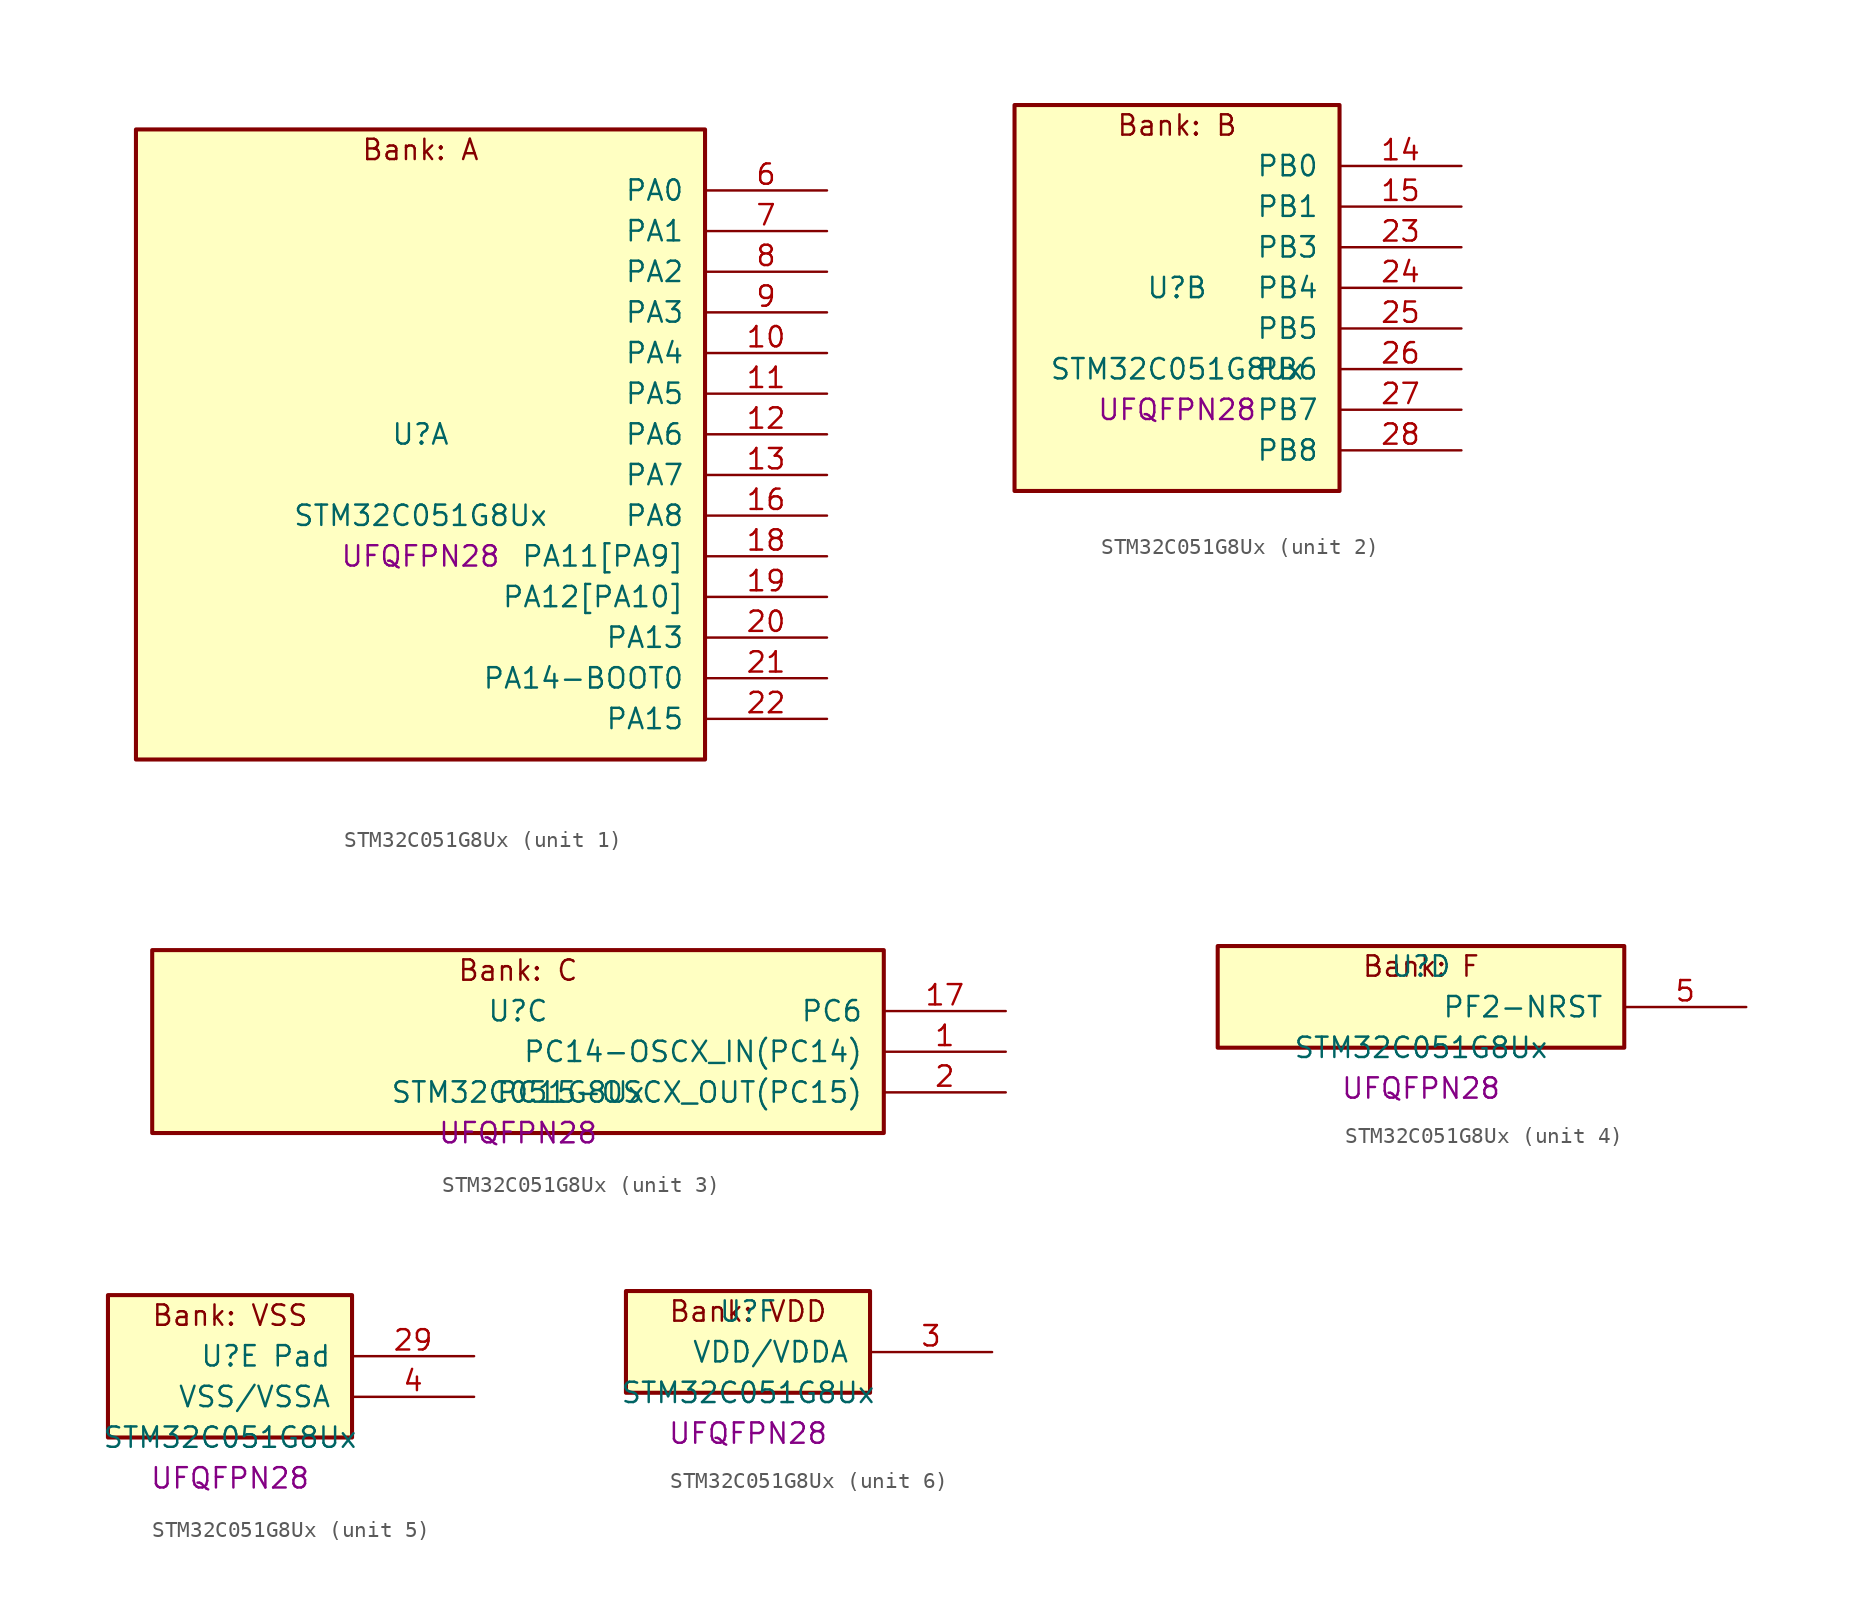
<source format=kicad_sym>
(kicad_symbol_lib
  (version 20241209)
  (generator "stm32_pkl_generator")
  (generator_version "1.0")
  (symbol "STM32C051G8Ux"
    (pin_names
      (offset 1.27))
    (property "Reference" "U"
      (at 0 2.54 0))
    (property "Value" "STM32C051G8Ux"
      (at 0 -2.54 0))
    (property "Footprint" "UFQFPN28"
      (at 0 -5.08 0))
    (symbol "STM32C051G8Ux_1_1"
      (rectangle (start -17.78 21.59) (end 17.78 -17.78) (stroke (width 0.254) (type solid)) (fill (type background)))
      (text "Bank: A" (at 0 20.32 0))
      (pin bidirectional line (at 25.4 17.78 180) (length 7.62) (name "PA0") (number "6") (alternate "PA0/ADC1_IN0" bidirectional line) (alternate "PA0/PWR_WKUP1" bidirectional line) (alternate "PA0/SPI2_SCK" bidirectional line) (alternate "PA0/TIM16_CH1" bidirectional line) (alternate "PA0/TIM1_CH1" bidirectional line) (alternate "PA0/TIM2_CH1" bidirectional line) (alternate "PA0/TIM2_ETR" bidirectional line) (alternate "PA0/USART1_TX" bidirectional line) (alternate "PA0/USART2_CTS" bidirectional line) (alternate "PA0/USART2_NSS" bidirectional line))
      (pin bidirectional line (at 25.4 15.24 180) (length 7.62) (name "PA1") (number "7") (alternate "PA1/ADC1_IN1" bidirectional line) (alternate "PA1/I2C1_SMBA" bidirectional line) (alternate "PA1/I2S1_CK" bidirectional line) (alternate "PA1/SPI1_SCK" bidirectional line) (alternate "PA1/TIM17_CH1" bidirectional line) (alternate "PA1/TIM1_CH2" bidirectional line) (alternate "PA1/TIM2_CH2" bidirectional line) (alternate "PA1/USART1_RX" bidirectional line) (alternate "PA1/USART2_CK" bidirectional line) (alternate "PA1/USART2_DE" bidirectional line) (alternate "PA1/USART2_RTS" bidirectional line))
      (pin bidirectional line (at 25.4 12.7 180) (length 7.62) (name "PA2") (number "8") (alternate "PA2/ADC1_IN2" bidirectional line) (alternate "PA2/I2S1_SD" bidirectional line) (alternate "PA2/PWR_WKUP4" bidirectional line) (alternate "PA2/RCC_LSCO" bidirectional line) (alternate "PA2/SPI1_MOSI" bidirectional line) (alternate "PA2/TIM16_CH1N" bidirectional line) (alternate "PA2/TIM1_CH3" bidirectional line) (alternate "PA2/TIM2_CH3" bidirectional line) (alternate "PA2/TIM3_ETR" bidirectional line) (alternate "PA2/USART2_TX" bidirectional line))
      (pin bidirectional line (at 25.4 10.16 180) (length 7.62) (name "PA3") (number "9") (alternate "PA3/ADC1_IN3" bidirectional line) (alternate "PA3/SPI2_MISO" bidirectional line) (alternate "PA3/TIM1_CH1N" bidirectional line) (alternate "PA3/TIM1_CH4" bidirectional line) (alternate "PA3/TIM2_CH4" bidirectional line) (alternate "PA3/USART2_RX" bidirectional line))
      (pin bidirectional line (at 25.4 7.62 180) (length 7.62) (name "PA4") (number "10") (alternate "PA4/ADC1_IN4" bidirectional line) (alternate "PA4/I2S1_WS" bidirectional line) (alternate "PA4/PWR_WKUP2" bidirectional line) (alternate "PA4/RTC_OUT1" bidirectional line) (alternate "PA4/RTC_TS" bidirectional line) (alternate "PA4/SPI1_NSS" bidirectional line) (alternate "PA4/SPI2_MOSI" bidirectional line) (alternate "PA4/TIM14_CH1" bidirectional line) (alternate "PA4/TIM17_CH1N" bidirectional line) (alternate "PA4/TIM1_CH2N" bidirectional line) (alternate "PA4/USART2_TX" bidirectional line))
      (pin bidirectional line (at 25.4 5.08 180) (length 7.62) (name "PA5") (number "11") (alternate "PA5/ADC1_IN5" bidirectional line) (alternate "PA5/I2S1_CK" bidirectional line) (alternate "PA5/SPI1_SCK" bidirectional line) (alternate "PA5/TIM1_CH1" bidirectional line) (alternate "PA5/TIM1_CH3N" bidirectional line) (alternate "PA5/TIM2_CH1" bidirectional line) (alternate "PA5/TIM2_ETR" bidirectional line) (alternate "PA5/USART2_RX" bidirectional line))
      (pin bidirectional line (at 25.4 2.54 180) (length 7.62) (name "PA6") (number "12") (alternate "PA6/ADC1_IN6" bidirectional line) (alternate "PA6/I2C2_SDA" bidirectional line) (alternate "PA6/I2S1_MCK" bidirectional line) (alternate "PA6/SPI1_MISO" bidirectional line) (alternate "PA6/TIM16_CH1" bidirectional line) (alternate "PA6/TIM1_BKIN" bidirectional line) (alternate "PA6/TIM3_CH1" bidirectional line) (alternate "PA6/USART1_TX" bidirectional line))
      (pin bidirectional line (at 25.4 0 180) (length 7.62) (name "PA7") (number "13") (alternate "PA7/ADC1_IN7" bidirectional line) (alternate "PA7/I2C2_SCL" bidirectional line) (alternate "PA7/I2S1_SD" bidirectional line) (alternate "PA7/SPI1_MOSI" bidirectional line) (alternate "PA7/TIM14_CH1" bidirectional line) (alternate "PA7/TIM17_CH1" bidirectional line) (alternate "PA7/TIM1_CH1N" bidirectional line) (alternate "PA7/TIM3_CH2" bidirectional line) (alternate "PA7/USART1_RX" bidirectional line))
      (pin bidirectional line (at 25.4 -2.54 180) (length 7.62) (name "PA8") (number "16") (alternate "PA8/ADC1_IN8" bidirectional line) (alternate "PA8/I2S1_WS" bidirectional line) (alternate "PA8/RCC_MCO" bidirectional line) (alternate "PA8/RCC_MCO_2" bidirectional line) (alternate "PA8/SPI1_NSS" bidirectional line) (alternate "PA8/SPI2_MISO" bidirectional line) (alternate "PA8/SPI2_NSS" bidirectional line) (alternate "PA8/TIM14_CH1" bidirectional line) (alternate "PA8/TIM1_CH1" bidirectional line) (alternate "PA8/TIM1_CH2N" bidirectional line) (alternate "PA8/TIM1_CH3N" bidirectional line) (alternate "PA8/TIM3_CH3" bidirectional line) (alternate "PA8/TIM3_CH4" bidirectional line) (alternate "PA8/USART1_RX" bidirectional line) (alternate "PA8/USART2_TX" bidirectional line))
      (pin bidirectional line (at 25.4 -5.08 180) (length 7.62) (name "PA11[PA9]") (number "18") (alternate "PA11[PA9]/ADC1_EXTI11" bidirectional line) (alternate "PA11[PA9]/ADC1_IN11" bidirectional line) (alternate "PA11[PA9]/I2C2_SCL" bidirectional line) (alternate "PA11[PA9]/I2S1_MCK" bidirectional line) (alternate "PA11[PA9]/SPI1_MISO" bidirectional line) (alternate "PA11[PA9]/TIM1_BKIN2" bidirectional line) (alternate "PA11[PA9]/TIM1_CH4" bidirectional line) (alternate "PA11[PA9]/USART1_CTS" bidirectional line) (alternate "PA11[PA9]/USART1_NSS" bidirectional line) (alternate "PA11[PA9]/PA9[PA11]" bidirectional line) (alternate "PA11[PA9]/I2C1_SCL" bidirectional line) (alternate "PA11[PA9]/RCC_MCO" bidirectional line) (alternate "PA11[PA9]/SPI2_MISO" bidirectional line) (alternate "PA11[PA9]/TIM1_CH2" bidirectional line) (alternate "PA11[PA9]/TIM3_ETR" bidirectional line) (alternate "PA11[PA9]/USART1_TX" bidirectional line))
      (pin bidirectional line (at 25.4 -7.62 180) (length 7.62) (name "PA12[PA10]") (number "19") (alternate "PA12[PA10]/ADC1_IN12" bidirectional line) (alternate "PA12[PA10]/I2C2_SDA" bidirectional line) (alternate "PA12[PA10]/I2S1_SD" bidirectional line) (alternate "PA12[PA10]/I2S_CKIN" bidirectional line) (alternate "PA12[PA10]/SPI1_MOSI" bidirectional line) (alternate "PA12[PA10]/TIM1_ETR" bidirectional line) (alternate "PA12[PA10]/USART1_CK" bidirectional line) (alternate "PA12[PA10]/USART1_DE" bidirectional line) (alternate "PA12[PA10]/USART1_RTS" bidirectional line) (alternate "PA12[PA10]/PA10[PA12]" bidirectional line) (alternate "PA12[PA10]/I2C1_SDA" bidirectional line) (alternate "PA12[PA10]/RCC_MCO_2" bidirectional line) (alternate "PA12[PA10]/SPI2_MOSI" bidirectional line) (alternate "PA12[PA10]/TIM17_BKIN" bidirectional line) (alternate "PA12[PA10]/TIM1_CH3" bidirectional line) (alternate "PA12[PA10]/USART1_RX" bidirectional line))
      (pin bidirectional line (at 25.4 -10.16 180) (length 7.62) (name "PA13") (number "20") (alternate "PA13/ADC1_IN13" bidirectional line) (alternate "PA13/DEBUG_SWDIO" bidirectional line) (alternate "PA13/IR_OUT" bidirectional line) (alternate "PA13/TIM3_ETR" bidirectional line) (alternate "PA13/USART2_RX" bidirectional line))
      (pin bidirectional line (at 25.4 -12.7 180) (length 7.62) (name "PA14-BOOT0") (number "21") (alternate "PA14-BOOT0/ADC1_IN14" bidirectional line) (alternate "PA14-BOOT0/BOOT0" bidirectional line) (alternate "PA14-BOOT0/DEBUG_SWCLK" bidirectional line) (alternate "PA14-BOOT0/I2S1_WS" bidirectional line) (alternate "PA14-BOOT0/RCC_MCO_2" bidirectional line) (alternate "PA14-BOOT0/SPI1_NSS" bidirectional line) (alternate "PA14-BOOT0/TIM1_CH1" bidirectional line) (alternate "PA14-BOOT0/USART1_CK" bidirectional line) (alternate "PA14-BOOT0/USART1_DE" bidirectional line) (alternate "PA14-BOOT0/USART1_RTS" bidirectional line) (alternate "PA14-BOOT0/USART2_RX" bidirectional line) (alternate "PA14-BOOT0/USART2_TX" bidirectional line))
      (pin bidirectional line (at 25.4 -15.24 180) (length 7.62) (name "PA15") (number "22") (alternate "PA15/I2S1_WS" bidirectional line) (alternate "PA15/RCC_MCO_2" bidirectional line) (alternate "PA15/SPI1_NSS" bidirectional line) (alternate "PA15/TIM1_CH1" bidirectional line) (alternate "PA15/TIM2_CH1" bidirectional line) (alternate "PA15/TIM2_ETR" bidirectional line) (alternate "PA15/USART1_CK" bidirectional line) (alternate "PA15/USART1_DE" bidirectional line) (alternate "PA15/USART1_RTS" bidirectional line) (alternate "PA15/USART2_RX" bidirectional line)))
    (symbol "STM32C051G8Ux_2_1"
      (rectangle (start -10.16 13.97) (end 10.16 -10.16) (stroke (width 0.254) (type solid)) (fill (type background)))
      (text "Bank: B" (at 0 12.7 0))
      (pin bidirectional line (at 17.78 10.16 180) (length 7.62) (name "PB0") (number "14") (alternate "PB0/ADC1_IN17" bidirectional line) (alternate "PB0/I2S1_WS" bidirectional line) (alternate "PB0/SPI1_NSS" bidirectional line) (alternate "PB0/TIM1_CH2N" bidirectional line) (alternate "PB0/TIM3_CH3" bidirectional line))
      (pin bidirectional line (at 17.78 7.62 180) (length 7.62) (name "PB1") (number "15") (alternate "PB1/ADC1_IN18" bidirectional line) (alternate "PB1/TIM14_CH1" bidirectional line) (alternate "PB1/TIM1_CH2N" bidirectional line) (alternate "PB1/TIM1_CH3N" bidirectional line) (alternate "PB1/TIM3_CH4" bidirectional line))
      (pin bidirectional line (at 17.78 5.08 180) (length 7.62) (name "PB3") (number "23") (alternate "PB3/I2C2_SCL" bidirectional line) (alternate "PB3/I2S1_CK" bidirectional line) (alternate "PB3/SPI1_SCK" bidirectional line) (alternate "PB3/TIM1_CH2" bidirectional line) (alternate "PB3/TIM2_CH2" bidirectional line) (alternate "PB3/TIM3_CH2" bidirectional line) (alternate "PB3/USART1_CK" bidirectional line) (alternate "PB3/USART1_DE" bidirectional line) (alternate "PB3/USART1_RTS" bidirectional line))
      (pin bidirectional line (at 17.78 2.54 180) (length 7.62) (name "PB4") (number "24") (alternate "PB4/I2C2_SDA" bidirectional line) (alternate "PB4/I2S1_MCK" bidirectional line) (alternate "PB4/SPI1_MISO" bidirectional line) (alternate "PB4/TIM17_BKIN" bidirectional line) (alternate "PB4/TIM3_CH1" bidirectional line) (alternate "PB4/USART1_CTS" bidirectional line) (alternate "PB4/USART1_NSS" bidirectional line))
      (pin bidirectional line (at 17.78 0 180) (length 7.62) (name "PB5") (number "25") (alternate "PB5/I2C1_SMBA" bidirectional line) (alternate "PB5/I2S1_SD" bidirectional line) (alternate "PB5/PWR_WKUP6" bidirectional line) (alternate "PB5/SPI1_MOSI" bidirectional line) (alternate "PB5/TIM16_BKIN" bidirectional line) (alternate "PB5/TIM3_CH2" bidirectional line) (alternate "PB5/TIM3_CH3" bidirectional line))
      (pin bidirectional line (at 17.78 -2.54 180) (length 7.62) (name "PB6") (number "26") (alternate "PB6/I2C1_SCL" bidirectional line) (alternate "PB6/I2C1_SMBA" bidirectional line) (alternate "PB6/I2S1_CK" bidirectional line) (alternate "PB6/I2S1_MCK" bidirectional line) (alternate "PB6/I2S1_SD" bidirectional line) (alternate "PB6/PWR_WKUP3" bidirectional line) (alternate "PB6/SPI1_MISO" bidirectional line) (alternate "PB6/SPI1_MOSI" bidirectional line) (alternate "PB6/SPI1_SCK" bidirectional line) (alternate "PB6/SPI2_MISO" bidirectional line) (alternate "PB6/TIM16_BKIN" bidirectional line) (alternate "PB6/TIM16_CH1N" bidirectional line) (alternate "PB6/TIM17_BKIN" bidirectional line) (alternate "PB6/TIM1_CH2" bidirectional line) (alternate "PB6/TIM1_CH3" bidirectional line) (alternate "PB6/TIM3_CH1" bidirectional line) (alternate "PB6/TIM3_CH2" bidirectional line) (alternate "PB6/TIM3_CH3" bidirectional line) (alternate "PB6/USART1_CTS" bidirectional line) (alternate "PB6/USART1_NSS" bidirectional line) (alternate "PB6/USART1_TX" bidirectional line))
      (pin bidirectional line (at 17.78 -5.08 180) (length 7.62) (name "PB7") (number "27") (alternate "PB7/I2C1_SCL" bidirectional line) (alternate "PB7/I2C1_SDA" bidirectional line) (alternate "PB7/RTC_REFIN" bidirectional line) (alternate "PB7/SPI2_MOSI" bidirectional line) (alternate "PB7/TIM16_CH1" bidirectional line) (alternate "PB7/TIM17_CH1N" bidirectional line) (alternate "PB7/TIM1_CH1" bidirectional line) (alternate "PB7/TIM1_CH4" bidirectional line) (alternate "PB7/TIM3_CH1" bidirectional line) (alternate "PB7/TIM3_CH4" bidirectional line) (alternate "PB7/USART1_RX" bidirectional line) (alternate "PB7/USART2_CTS" bidirectional line) (alternate "PB7/USART2_NSS" bidirectional line))
      (pin bidirectional line (at 17.78 -7.62 180) (length 7.62) (name "PB8") (number "28") (alternate "PB8/I2C1_SCL" bidirectional line) (alternate "PB8/SPI2_SCK" bidirectional line) (alternate "PB8/TIM16_CH1" bidirectional line) (alternate "PB8/TIM3_CH1" bidirectional line) (alternate "PB8/USART2_CTS" bidirectional line) (alternate "PB8/USART2_NSS" bidirectional line)))
    (symbol "STM32C051G8Ux_3_1"
      (rectangle (start -22.86 6.35) (end 22.86 -5.08) (stroke (width 0.254) (type solid)) (fill (type background)))
      (text "Bank: C" (at 0 5.08 0))
      (pin bidirectional line (at 30.48 2.54 180) (length 7.62) (name "PC6") (number "17") (alternate "PC6/TIM2_CH3" bidirectional line) (alternate "PC6/TIM3_CH1" bidirectional line))
      (pin bidirectional line (at 30.48 0 180) (length 7.62) (name "PC14-OSCX_IN(PC14)") (number "1") (alternate "PC14-OSCX_IN(PC14)/I2C1_SDA" bidirectional line) (alternate "PC14-OSCX_IN(PC14)/IR_OUT" bidirectional line) (alternate "PC14-OSCX_IN(PC14)/RCC_OSCX_IN" bidirectional line) (alternate "PC14-OSCX_IN(PC14)/SPI2_NSS" bidirectional line) (alternate "PC14-OSCX_IN(PC14)/TIM17_CH1" bidirectional line) (alternate "PC14-OSCX_IN(PC14)/TIM1_BKIN2" bidirectional line) (alternate "PC14-OSCX_IN(PC14)/TIM1_ETR" bidirectional line) (alternate "PC14-OSCX_IN(PC14)/TIM3_CH2" bidirectional line) (alternate "PC14-OSCX_IN(PC14)/USART1_RX" bidirectional line) (alternate "PC14-OSCX_IN(PC14)/USART1_TX" bidirectional line) (alternate "PC14-OSCX_IN(PC14)/USART2_CK" bidirectional line) (alternate "PC14-OSCX_IN(PC14)/USART2_DE" bidirectional line) (alternate "PC14-OSCX_IN(PC14)/USART2_RTS" bidirectional line))
      (pin bidirectional line (at 30.48 -2.54 180) (length 7.62) (name "PC15-OSCX_OUT(PC15)") (number "2") (alternate "PC15-OSCX_OUT(PC15)/RCC_OSC32_EN" bidirectional line) (alternate "PC15-OSCX_OUT(PC15)/RCC_OSCX_OUT" bidirectional line) (alternate "PC15-OSCX_OUT(PC15)/RCC_OSC_EN" bidirectional line) (alternate "PC15-OSCX_OUT(PC15)/TIM1_CH2" bidirectional line) (alternate "PC15-OSCX_OUT(PC15)/TIM1_ETR" bidirectional line) (alternate "PC15-OSCX_OUT(PC15)/TIM3_CH3" bidirectional line)))
    (symbol "STM32C051G8Ux_4_1"
      (rectangle (start -12.7 3.81) (end 12.7 -2.54) (stroke (width 0.254) (type solid)) (fill (type background)))
      (text "Bank: F" (at 0 2.54 0))
      (pin bidirectional line (at 20.32 0 180) (length 7.62) (name "PF2-NRST") (number "5") (alternate "PF2-NRST/RCC_MCO" bidirectional line) (alternate "PF2-NRST/TIM1_CH4" bidirectional line)))
    (symbol "STM32C051G8Ux_5_1"
      (rectangle (start -7.62 6.35) (end 7.62 -2.54) (stroke (width 0.254) (type solid)) (fill (type background)))
      (text "Bank: VSS" (at 0 5.08 0))
      (pin passive line (at 15.24 2.54 180) (length 7.62) (name "Pad") (number "29"))
      (pin power_in line (at 15.24 0 180) (length 7.62) (name "VSS/VSSA") (number "4")))
    (symbol "STM32C051G8Ux_6_1"
      (rectangle (start -7.62 3.81) (end 7.62 -2.54) (stroke (width 0.254) (type solid)) (fill (type background)))
      (text "Bank: VDD" (at 0 2.54 0))
      (pin power_in line (at 15.24 0 180) (length 7.62) (name "VDD/VDDA") (number "3")))))
</source>
